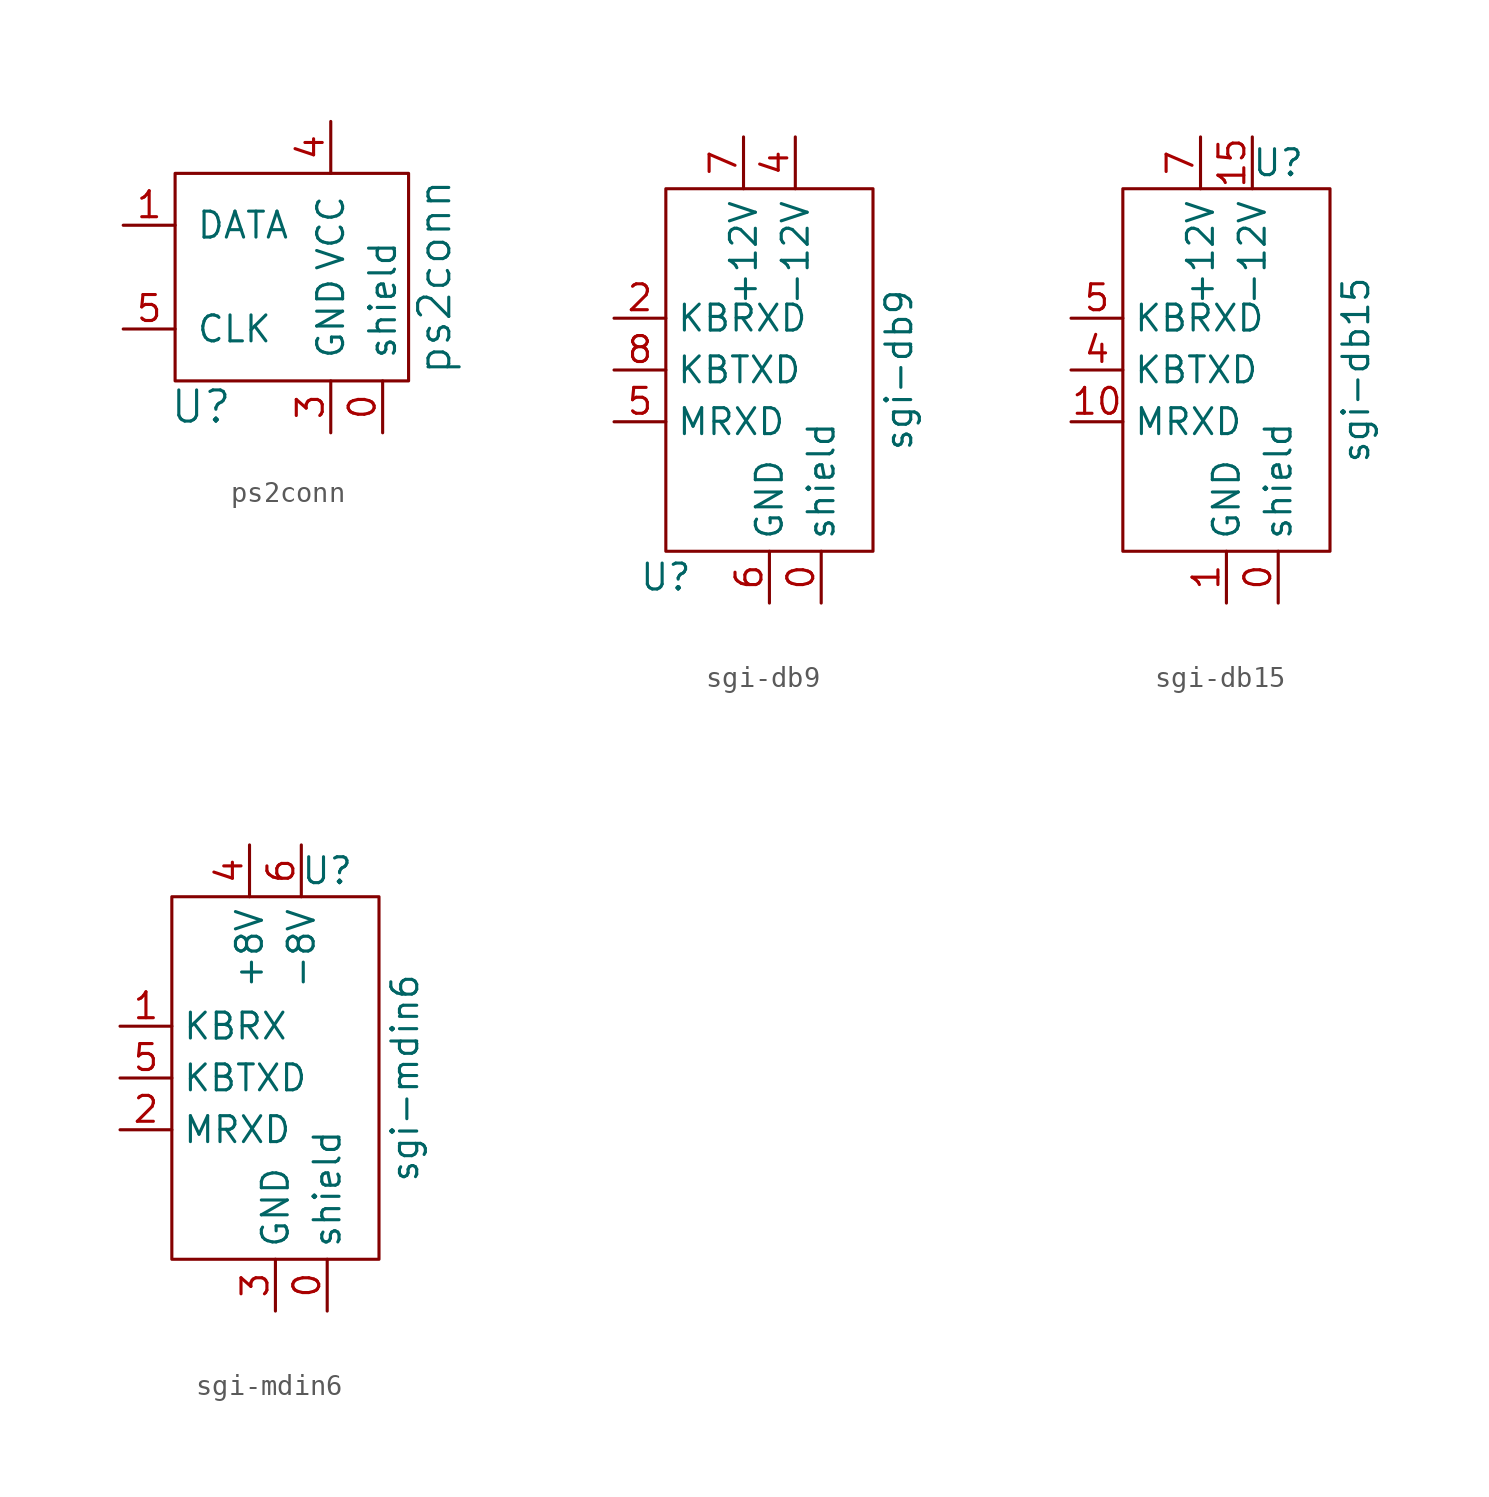
<source format=kicad_sym>
(kicad_symbol_lib
  (version 20211014)
  (generator kicad_symbol_editor)
  (symbol "ps2conn"
    (pin_names
      (offset 1.016))
    (property "Reference" "U"
      (at -6.35 -6.35 0)
      (effects (font (size 1.524 1.524))))
    (property "Value" "ps2conn"
      (at 5.08 0 90)
      (effects (font (size 1.524 1.524))))
    (symbol "ps2conn_0_1"
      (rectangle (start -7.62 5.08) (end 3.81 -5.08) (stroke (width 0) (type default) (color 0 0 0 0)) (fill (type none))))
    (symbol "ps2conn_1_1"
      (pin passive line (at 2.54 -7.62 90) (length 2.54) (name "shield" (effects (font (size 1.27 1.27)))) (number "0" (effects (font (size 1.27 1.27)))))
      (pin passive line (at -10.16 2.54 0) (length 2.54) (name "DATA" (effects (font (size 1.27 1.27)))) (number "1" (effects (font (size 1.27 1.27)))))
      (pin passive line (at 0 -7.62 90) (length 2.54) (name "GND" (effects (font (size 1.27 1.27)))) (number "3" (effects (font (size 1.27 1.27)))))
      (pin passive line (at 0 7.62 270) (length 2.54) (name "VCC" (effects (font (size 1.27 1.27)))) (number "4" (effects (font (size 1.27 1.27)))))
      (pin passive line (at -10.16 -2.54 0) (length 2.54) (name "CLK" (effects (font (size 1.27 1.27)))) (number "5" (effects (font (size 1.27 1.27)))))))
  (symbol "sgi-db9"
    (property "Reference" "U"
      (at -5.08 -10.16 0)
      (effects (font (size 1.27 1.27))))
    (property "Value" "sgi-db9"
      (at 6.35 0 90)
      (effects (font (size 1.27 1.27))))
    (symbol "sgi-db9_0_1"
      (rectangle (start -5.08 8.89) (end 5.08 -8.89) (stroke (width 0) (type default) (color 0 0 0 0)) (fill (type none))))
    (symbol "sgi-db9_1_1"
      (pin passive line (at 2.54 -11.43 90) (length 2.54) (name "shield" (effects (font (size 1.27 1.27)))) (number "0" (effects (font (size 1.27 1.27)))))
      (pin no_connect line (at -3.81 -8.89 90) (length 2.54) hide (name "NC" (effects (font (size 1.27 1.27)))) (number "1" (effects (font (size 1.27 1.27)))))
      (pin passive line (at -7.62 2.54 0) (length 2.54) (name "KBRXD" (effects (font (size 1.27 1.27)))) (number "2" (effects (font (size 1.27 1.27)))))
      (pin no_connect line (at -2.54 -8.89 90) (length 2.54) hide (name "NC" (effects (font (size 1.27 1.27)))) (number "3" (effects (font (size 1.27 1.27)))))
      (pin passive line (at 1.27 11.43 270) (length 2.54) (name "-12V" (effects (font (size 1.27 1.27)))) (number "4" (effects (font (size 1.27 1.27)))))
      (pin passive line (at -7.62 -2.54 0) (length 2.54) (name "MRXD" (effects (font (size 1.27 1.27)))) (number "5" (effects (font (size 1.27 1.27)))))
      (pin passive line (at 0 -11.43 90) (length 2.54) (name "GND" (effects (font (size 1.27 1.27)))) (number "6" (effects (font (size 1.27 1.27)))))
      (pin passive line (at -1.27 11.43 270) (length 2.54) (name "+12V" (effects (font (size 1.27 1.27)))) (number "7" (effects (font (size 1.27 1.27)))))
      (pin passive line (at -7.62 0 0) (length 2.54) (name "KBTXD" (effects (font (size 1.27 1.27)))) (number "8" (effects (font (size 1.27 1.27)))))
      (pin passive line (at 0 -11.43 90) (length 2.54) hide (name "GND" (effects (font (size 1.27 1.27)))) (number "9" (effects (font (size 1.27 1.27)))))))
  (symbol "sgi-db15"
    (property "Reference" "U"
      (at 2.54 10.16 0)
      (effects (font (size 1.27 1.27))))
    (property "Value" "sgi-db15"
      (at 6.35 0 90)
      (effects (font (size 1.27 1.27))))
    (symbol "sgi-db15_0_1"
      (rectangle (start -5.08 8.89) (end 5.08 -8.89) (stroke (width 0) (type default) (color 0 0 0 0)) (fill (type none))))
    (symbol "sgi-db15_1_1"
      (pin passive line (at 2.54 -11.43 90) (length 2.54) (name "shield" (effects (font (size 1.27 1.27)))) (number "0" (effects (font (size 1.27 1.27)))))
      (pin passive line (at 0 -11.43 90) (length 2.54) (name "GND" (effects (font (size 1.27 1.27)))) (number "1" (effects (font (size 1.27 1.27)))))
      (pin passive line (at -7.62 -2.54 0) (length 2.54) (name "MRXD" (effects (font (size 1.27 1.27)))) (number "10" (effects (font (size 1.27 1.27)))))
      (pin no_connect line (at -2.54 -8.89 90) (length 2.54) hide (name "NC" (effects (font (size 1.27 1.27)))) (number "11" (effects (font (size 1.27 1.27)))))
      (pin no_connect line (at -3.81 -8.89 90) (length 2.54) hide (name "NC" (effects (font (size 1.27 1.27)))) (number "12" (effects (font (size 1.27 1.27)))))
      (pin passive line (at 1.27 11.43 270) (length 2.54) (name "-12V" (effects (font (size 1.27 1.27)))) (number "15" (effects (font (size 1.27 1.27)))))
      (pin passive line (at 0 -11.43 90) (length 2.54) hide (name "GND" (effects (font (size 1.27 1.27)))) (number "2" (effects (font (size 1.27 1.27)))))
      (pin passive line (at 0 -11.43 90) (length 2.54) hide (name "GND" (effects (font (size 1.27 1.27)))) (number "3" (effects (font (size 1.27 1.27)))))
      (pin passive line (at -7.62 0 0) (length 2.54) (name "KBTXD" (effects (font (size 1.27 1.27)))) (number "4" (effects (font (size 1.27 1.27)))))
      (pin passive line (at -7.62 2.54 0) (length 2.54) (name "KBRXD" (effects (font (size 1.27 1.27)))) (number "5" (effects (font (size 1.27 1.27)))))
      (pin passive line (at -1.27 11.43 270) (length 2.54) (name "+12V" (effects (font (size 1.27 1.27)))) (number "7" (effects (font (size 1.27 1.27)))))
      (pin passive line (at -1.27 11.43 270) (length 2.54) hide (name "+12V" (effects (font (size 1.27 1.27)))) (number "8" (effects (font (size 1.27 1.27)))))
      (pin passive line (at -1.27 11.43 270) (length 2.54) hide (name "+12V" (effects (font (size 1.27 1.27)))) (number "9" (effects (font (size 1.27 1.27)))))))
  (symbol "sgi-mdin6"
    (property "Reference" "U"
      (at 2.54 10.16 0)
      (effects (font (size 1.27 1.27))))
    (property "Value" "sgi-mdin6"
      (at 6.35 0 90)
      (effects (font (size 1.27 1.27))))
    (symbol "sgi-mdin6_0_1"
      (rectangle (start -5.08 8.89) (end 5.08 -8.89) (stroke (width 0) (type default) (color 0 0 0 0)) (fill (type none))))
    (symbol "sgi-mdin6_1_1"
      (pin passive line (at 2.54 -11.43 90) (length 2.54) (name "shield" (effects (font (size 1.27 1.27)))) (number "0" (effects (font (size 1.27 1.27)))))
      (pin passive line (at -7.62 2.54 0) (length 2.54) (name "KBRX" (effects (font (size 1.27 1.27)))) (number "1" (effects (font (size 1.27 1.27)))))
      (pin passive line (at -7.62 -2.54 0) (length 2.54) (name "MRXD" (effects (font (size 1.27 1.27)))) (number "2" (effects (font (size 1.27 1.27)))))
      (pin power_out line (at 0 -11.43 90) (length 2.54) (name "GND" (effects (font (size 1.27 1.27)))) (number "3" (effects (font (size 1.27 1.27)))))
      (pin power_out line (at -1.27 11.43 270) (length 2.54) (name "+8V" (effects (font (size 1.27 1.27)))) (number "4" (effects (font (size 1.27 1.27)))))
      (pin passive line (at -7.62 0 0) (length 2.54) (name "KBTXD" (effects (font (size 1.27 1.27)))) (number "5" (effects (font (size 1.27 1.27)))))
      (pin power_out line (at 1.27 11.43 270) (length 2.54) (name "-8V" (effects (font (size 1.27 1.27)))) (number "6" (effects (font (size 1.27 1.27))))))))
</source>
